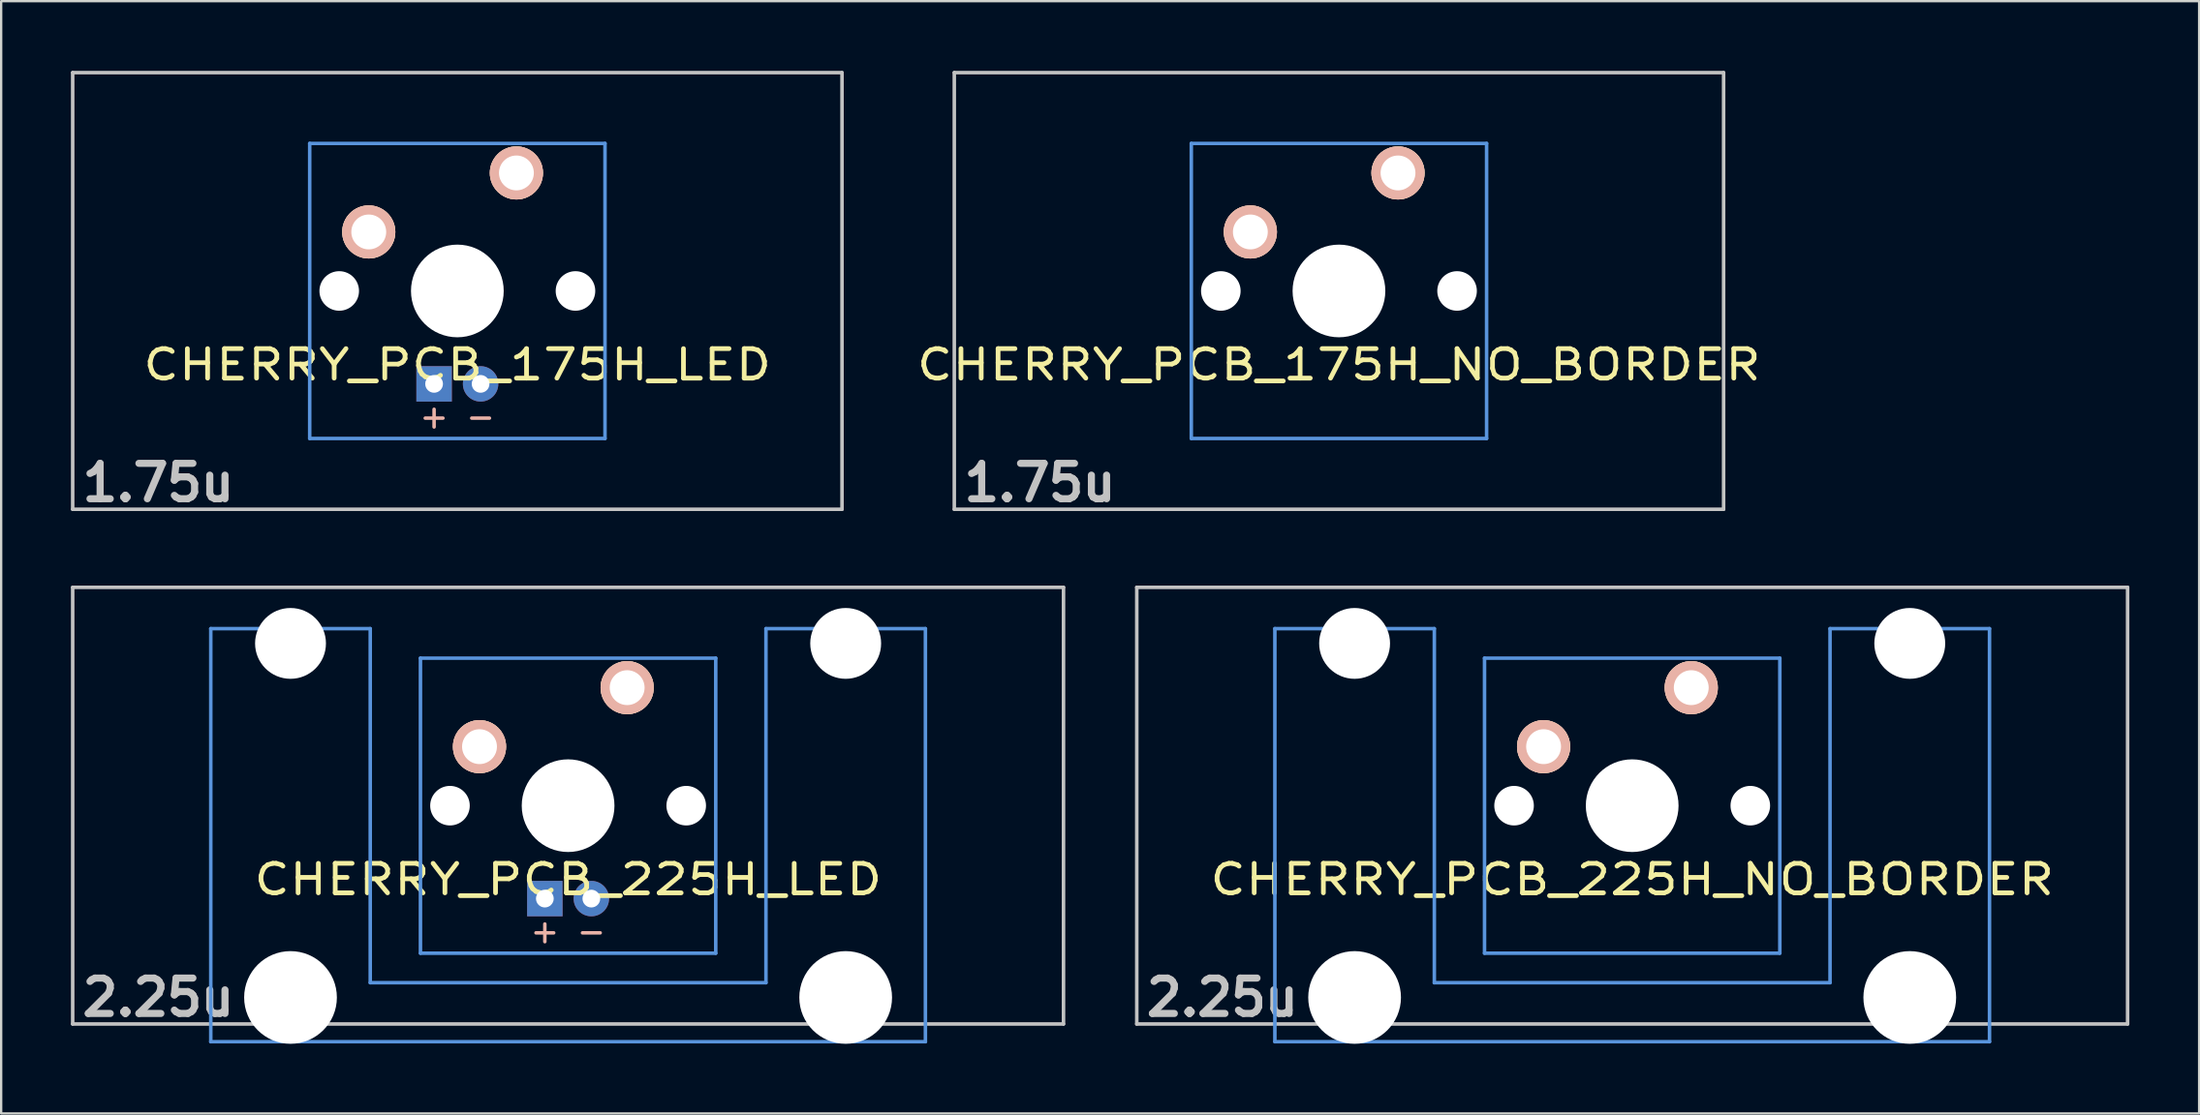
<source format=kicad_pcb>
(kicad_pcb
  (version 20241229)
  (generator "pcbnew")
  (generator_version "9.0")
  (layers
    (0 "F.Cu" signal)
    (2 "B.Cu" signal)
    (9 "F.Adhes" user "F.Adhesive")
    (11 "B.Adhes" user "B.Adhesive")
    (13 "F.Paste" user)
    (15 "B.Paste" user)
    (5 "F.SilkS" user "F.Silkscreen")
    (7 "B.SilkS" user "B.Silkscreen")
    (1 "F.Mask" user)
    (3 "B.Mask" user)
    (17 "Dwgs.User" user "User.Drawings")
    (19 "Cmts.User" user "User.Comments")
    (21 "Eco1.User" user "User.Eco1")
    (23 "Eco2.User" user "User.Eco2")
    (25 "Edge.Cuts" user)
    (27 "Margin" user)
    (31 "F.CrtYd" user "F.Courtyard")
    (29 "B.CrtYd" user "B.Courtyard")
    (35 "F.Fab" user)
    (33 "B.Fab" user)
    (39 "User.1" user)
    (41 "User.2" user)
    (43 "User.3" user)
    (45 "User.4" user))
  (footprint "CHERRY_PCB_175H_NO_BORDER"
    (layer "F.Cu")
    (at 54.534 9.474)
    (property "Reference" "CHERRY_PCB_175H_NO_BORDER" (at 0 3.175 0) (layer "F.SilkS") (effects (font (size 1.27 1.524) (thickness 0.203))))
    (attr through_hole)
    (fp_line (start -16.543 -9.398) (end 16.543 -9.398) (stroke (width 0.152) (type solid)) (layer "Dwgs.User"))
    (fp_line (start -16.543 9.398) (end -16.543 -9.398) (stroke (width 0.152) (type solid)) (layer "Dwgs.User"))
    (fp_line (start 16.543 -9.398) (end 16.543 9.398) (stroke (width 0.152) (type solid)) (layer "Dwgs.User"))
    (fp_line (start 16.543 9.398) (end -16.543 9.398) (stroke (width 0.152) (type solid)) (layer "Dwgs.User"))
    (fp_line (start -6.35 -6.35) (end 6.35 -6.35) (stroke (width 0.152) (type solid)) (layer "Cmts.User"))
    (fp_line (start -6.35 6.35) (end -6.35 -6.35) (stroke (width 0.152) (type solid)) (layer "Cmts.User"))
    (fp_line (start 6.35 -6.35) (end 6.35 6.35) (stroke (width 0.152) (type solid)) (layer "Cmts.User"))
    (fp_line (start 6.35 6.35) (end -6.35 6.35) (stroke (width 0.152) (type solid)) (layer "Cmts.User"))
    (fp_line (start -6.985 -6.985) (end 6.985 -6.985) (stroke (width 0.152) (type solid)) (layer "Eco2.User"))
    (fp_line (start -6.985 6.985) (end -6.985 -6.985) (stroke (width 0.152) (type solid)) (layer "Eco2.User"))
    (fp_line (start 6.985 -6.985) (end 6.985 6.985) (stroke (width 0.152) (type solid)) (layer "Eco2.User"))
    (fp_line (start 6.985 6.985) (end -6.985 6.985) (stroke (width 0.152) (type solid)) (layer "Eco2.User"))
    (fp_text user "1.75u" (at -12.86 8.255 0) (layer "Dwgs.User") (effects (font (size 1.524 1.524) (thickness 0.305))))
    (pad "" np_thru_hole circle (at -5.08 0) (size 1.702 1.702) (drill 1.702) (layers "*.Cu"))
    (pad "" np_thru_hole circle (at 0 0) (size 3.988 3.988) (drill 3.988) (layers "*.Cu"))
    (pad "" np_thru_hole circle (at 5.08 0) (size 1.702 1.702) (drill 1.702) (layers "*.Cu"))
    (pad "1" thru_hole circle (at 2.54 -5.08) (size 2.286 2.286) (drill 1.499) (layers "*.Cu" "*.SilkS" "*.Mask"))
    (pad "2" thru_hole circle (at -3.81 -2.54) (size 2.286 2.286) (drill 1.499) (layers "*.Cu" "*.SilkS" "*.Mask")))
  (footprint "CHERRY_PCB_225H_NO_BORDER"
    (layer "F.Cu")
    (at 67.145 31.63)
    (property "Reference" "CHERRY_PCB_225H_NO_BORDER" (at 0 3.175 0) (layer "F.SilkS") (effects (font (size 1.27 1.524) (thickness 0.203))))
    (attr through_hole)
    (fp_line (start -21.306 -9.398) (end 21.306 -9.398) (stroke (width 0.152) (type solid)) (layer "Dwgs.User"))
    (fp_line (start -21.306 9.398) (end -21.306 -9.398) (stroke (width 0.152) (type solid)) (layer "Dwgs.User"))
    (fp_line (start 21.306 -9.398) (end 21.306 9.398) (stroke (width 0.152) (type solid)) (layer "Dwgs.User"))
    (fp_line (start 21.306 9.398) (end -21.306 9.398) (stroke (width 0.152) (type solid)) (layer "Dwgs.User"))
    (fp_line (start -15.367 -7.62) (end -15.367 10.16) (stroke (width 0.152) (type solid)) (layer "Cmts.User"))
    (fp_line (start -15.367 10.16) (end 15.367 10.16) (stroke (width 0.152) (type solid)) (layer "Cmts.User"))
    (fp_line (start -8.509 -7.62) (end -15.367 -7.62) (stroke (width 0.152) (type solid)) (layer "Cmts.User"))
    (fp_line (start -8.509 7.62) (end -8.509 -7.62) (stroke (width 0.152) (type solid)) (layer "Cmts.User"))
    (fp_line (start -6.35 -6.35) (end 6.35 -6.35) (stroke (width 0.152) (type solid)) (layer "Cmts.User"))
    (fp_line (start -6.35 6.35) (end -6.35 -6.35) (stroke (width 0.152) (type solid)) (layer "Cmts.User"))
    (fp_line (start 6.35 -6.35) (end 6.35 6.35) (stroke (width 0.152) (type solid)) (layer "Cmts.User"))
    (fp_line (start 6.35 6.35) (end -6.35 6.35) (stroke (width 0.152) (type solid)) (layer "Cmts.User"))
    (fp_line (start 8.509 -7.62) (end 8.509 7.62) (stroke (width 0.152) (type solid)) (layer "Cmts.User"))
    (fp_line (start 8.509 7.62) (end -8.509 7.62) (stroke (width 0.152) (type solid)) (layer "Cmts.User"))
    (fp_line (start 15.367 -7.62) (end 8.509 -7.62) (stroke (width 0.152) (type solid)) (layer "Cmts.User"))
    (fp_line (start 15.367 10.16) (end 15.367 -7.62) (stroke (width 0.152) (type solid)) (layer "Cmts.User"))
    (fp_line (start -16.129 -2.286) (end -15.265 -2.286) (stroke (width 0.152) (type solid)) (layer "Eco2.User"))
    (fp_line (start -16.129 0.508) (end -16.129 -2.286) (stroke (width 0.152) (type solid)) (layer "Eco2.User"))
    (fp_line (start -15.265 -5.69) (end -8.611 -5.69) (stroke (width 0.152) (type solid)) (layer "Eco2.User"))
    (fp_line (start -15.265 -2.286) (end -15.265 -5.69) (stroke (width 0.152) (type solid)) (layer "Eco2.User"))
    (fp_line (start -15.265 0.508) (end -16.129 0.508) (stroke (width 0.152) (type solid)) (layer "Eco2.User"))
    (fp_line (start -15.265 6.604) (end -15.265 0.508) (stroke (width 0.152) (type solid)) (layer "Eco2.User"))
    (fp_line (start -14.224 6.604) (end -15.265 6.604) (stroke (width 0.152) (type solid)) (layer "Eco2.User"))
    (fp_line (start -14.224 7.772) (end -14.224 6.604) (stroke (width 0.152) (type solid)) (layer "Eco2.User"))
    (fp_line (start -9.652 6.604) (end -9.652 7.772) (stroke (width 0.152) (type solid)) (layer "Eco2.User"))
    (fp_line (start -9.652 7.772) (end -14.224 7.772) (stroke (width 0.152) (type solid)) (layer "Eco2.User"))
    (fp_line (start -8.611 -5.69) (end -8.611 -4.877) (stroke (width 0.152) (type solid)) (layer "Eco2.User"))
    (fp_line (start -8.611 -4.877) (end -6.985 -4.877) (stroke (width 0.152) (type solid)) (layer "Eco2.User"))
    (fp_line (start -8.611 5.817) (end -8.611 6.604) (stroke (width 0.152) (type solid)) (layer "Eco2.User"))
    (fp_line (start -8.611 6.604) (end -9.652 6.604) (stroke (width 0.152) (type solid)) (layer "Eco2.User"))
    (fp_line (start -6.985 -6.985) (end 6.985 -6.985) (stroke (width 0.152) (type solid)) (layer "Eco2.User"))
    (fp_line (start -6.985 -4.877) (end -6.985 -6.985) (stroke (width 0.152) (type solid)) (layer "Eco2.User"))
    (fp_line (start -6.985 5.817) (end -8.611 5.817) (stroke (width 0.152) (type solid)) (layer "Eco2.User"))
    (fp_line (start -6.985 6.985) (end -6.985 5.817) (stroke (width 0.152) (type solid)) (layer "Eco2.User"))
    (fp_line (start 6.985 -6.985) (end 6.985 -4.877) (stroke (width 0.152) (type solid)) (layer "Eco2.User"))
    (fp_line (start 6.985 -4.877) (end 8.611 -4.877) (stroke (width 0.152) (type solid)) (layer "Eco2.User"))
    (fp_line (start 6.985 5.817) (end 6.985 6.985) (stroke (width 0.152) (type solid)) (layer "Eco2.User"))
    (fp_line (start 6.985 6.985) (end -6.985 6.985) (stroke (width 0.152) (type solid)) (layer "Eco2.User"))
    (fp_line (start 8.611 -5.69) (end 15.265 -5.69) (stroke (width 0.152) (type solid)) (layer "Eco2.User"))
    (fp_line (start 8.611 -4.877) (end 8.611 -5.69) (stroke (width 0.152) (type solid)) (layer "Eco2.User"))
    (fp_line (start 8.611 5.817) (end 6.985 5.817) (stroke (width 0.152) (type solid)) (layer "Eco2.User"))
    (fp_line (start 8.611 6.604) (end 8.611 5.817) (stroke (width 0.152) (type solid)) (layer "Eco2.User"))
    (fp_line (start 9.652 6.604) (end 8.611 6.604) (stroke (width 0.152) (type solid)) (layer "Eco2.User"))
    (fp_line (start 9.652 7.772) (end 9.652 6.604) (stroke (width 0.152) (type solid)) (layer "Eco2.User"))
    (fp_line (start 14.224 6.604) (end 14.224 7.772) (stroke (width 0.152) (type solid)) (layer "Eco2.User"))
    (fp_line (start 14.224 7.772) (end 9.652 7.772) (stroke (width 0.152) (type solid)) (layer "Eco2.User"))
    (fp_line (start 15.265 -5.69) (end 15.265 -2.286) (stroke (width 0.152) (type solid)) (layer "Eco2.User"))
    (fp_line (start 15.265 -2.286) (end 16.129 -2.286) (stroke (width 0.152) (type solid)) (layer "Eco2.User"))
    (fp_line (start 15.265 0.508) (end 15.265 6.604) (stroke (width 0.152) (type solid)) (layer "Eco2.User"))
    (fp_line (start 15.265 6.604) (end 14.224 6.604) (stroke (width 0.152) (type solid)) (layer "Eco2.User"))
    (fp_line (start 16.129 -2.286) (end 16.129 0.508) (stroke (width 0.152) (type solid)) (layer "Eco2.User"))
    (fp_line (start 16.129 0.508) (end 15.265 0.508) (stroke (width 0.152) (type solid)) (layer "Eco2.User"))
    (fp_text user "2.25u" (at -17.623 8.255 0) (layer "Dwgs.User") (effects (font (size 1.524 1.524) (thickness 0.305))))
    (pad "" np_thru_hole circle (at -11.938 -6.985) (size 3.048 3.048) (drill 3.048) (layers "*.Cu"))
    (pad "" np_thru_hole circle (at -11.938 8.255) (size 3.988 3.988) (drill 3.988) (layers "*.Cu"))
    (pad "" np_thru_hole circle (at -5.08 0) (size 1.702 1.702) (drill 1.702) (layers "*.Cu"))
    (pad "" np_thru_hole circle (at 0 0) (size 3.988 3.988) (drill 3.988) (layers "*.Cu"))
    (pad "" np_thru_hole circle (at 5.08 0) (size 1.702 1.702) (drill 1.702) (layers "*.Cu"))
    (pad "" np_thru_hole circle (at 11.938 -6.985) (size 3.048 3.048) (drill 3.048) (layers "*.Cu"))
    (pad "" np_thru_hole circle (at 11.938 8.255) (size 3.988 3.988) (drill 3.988) (layers "*.Cu"))
    (pad "1" thru_hole circle (at 2.54 -5.08) (size 2.286 2.286) (drill 1.499) (layers "*.Cu" "*.SilkS" "*.Mask"))
    (pad "2" thru_hole circle (at -3.81 -2.54) (size 2.286 2.286) (drill 1.499) (layers "*.Cu" "*.SilkS" "*.Mask")))
  (footprint "CHERRY_PCB_175H_LED"
    (layer "F.Cu")
    (at 16.619 9.474)
    (property "Reference" "CHERRY_PCB_175H_LED" (at 0 3.175 0) (layer "F.SilkS") (effects (font (size 1.27 1.524) (thickness 0.203))))
    (attr through_hole)
    (fp_line (start -16.543 -9.398) (end 16.543 -9.398) (stroke (width 0.152) (type solid)) (layer "Dwgs.User"))
    (fp_line (start -16.543 9.398) (end -16.543 -9.398) (stroke (width 0.152) (type solid)) (layer "Dwgs.User"))
    (fp_line (start 16.543 -9.398) (end 16.543 9.398) (stroke (width 0.152) (type solid)) (layer "Dwgs.User"))
    (fp_line (start 16.543 9.398) (end -16.543 9.398) (stroke (width 0.152) (type solid)) (layer "Dwgs.User"))
    (fp_line (start -6.35 -6.35) (end 6.35 -6.35) (stroke (width 0.152) (type solid)) (layer "Cmts.User"))
    (fp_line (start -6.35 6.35) (end -6.35 -6.35) (stroke (width 0.152) (type solid)) (layer "Cmts.User"))
    (fp_line (start 6.35 -6.35) (end 6.35 6.35) (stroke (width 0.152) (type solid)) (layer "Cmts.User"))
    (fp_line (start 6.35 6.35) (end -6.35 6.35) (stroke (width 0.152) (type solid)) (layer "Cmts.User"))
    (fp_line (start -6.985 -6.985) (end 6.985 -6.985) (stroke (width 0.152) (type solid)) (layer "Eco2.User"))
    (fp_line (start -6.985 6.985) (end -6.985 -6.985) (stroke (width 0.152) (type solid)) (layer "Eco2.User"))
    (fp_line (start 6.985 -6.985) (end 6.985 6.985) (stroke (width 0.152) (type solid)) (layer "Eco2.User"))
    (fp_line (start 6.985 6.985) (end -6.985 6.985) (stroke (width 0.152) (type solid)) (layer "Eco2.User"))
    (fp_text user "-" (at 1 5.4 0) (layer "B.SilkS") (effects (font (size 1 1) (thickness 0.15)) (justify mirror)))
    (fp_text user "+" (at -1 5.4 0) (layer "B.SilkS") (effects (font (size 1 1) (thickness 0.15)) (justify mirror)))
    (fp_text user "1.75u" (at -12.86 8.255 0) (layer "Dwgs.User") (effects (font (size 1.524 1.524) (thickness 0.305))))
    (pad "" np_thru_hole circle (at -5.08 0) (size 1.702 1.702) (drill 1.702) (layers "*.Cu" "*.Mask"))
    (pad "" np_thru_hole circle (at 0 0) (size 3.988 3.988) (drill 3.988) (layers "*.Cu" "*.Mask"))
    (pad "" np_thru_hole circle (at 5.08 0) (size 1.702 1.702) (drill 1.702) (layers "*.Cu" "*.Mask"))
    (pad "1" thru_hole circle (at 2.54 -5.08) (size 2.286 2.286) (drill 1.499) (layers "*.Cu" "*.SilkS" "*.Mask"))
    (pad "2" thru_hole circle (at -3.81 -2.54) (size 2.286 2.286) (drill 1.499) (layers "*.Cu" "*.SilkS" "*.Mask"))
    (pad "3" thru_hole rect (at -1 4) (size 1.524 1.524) (drill 0.762) (layers "*.Cu" "*.Mask"))
    (pad "4" thru_hole circle (at 1 4) (size 1.524 1.524) (drill 0.762) (layers "*.Cu" "*.Mask")))
  (footprint "CHERRY_PCB_225H_LED"
    (layer "F.Cu")
    (at 21.382 31.63)
    (property "Reference" "CHERRY_PCB_225H_LED" (at 0 3.175 0) (layer "F.SilkS") (effects (font (size 1.27 1.524) (thickness 0.203))))
    (attr through_hole)
    (fp_line (start -21.306 -9.398) (end 21.306 -9.398) (stroke (width 0.152) (type solid)) (layer "Dwgs.User"))
    (fp_line (start -21.306 9.398) (end -21.306 -9.398) (stroke (width 0.152) (type solid)) (layer "Dwgs.User"))
    (fp_line (start 21.306 -9.398) (end 21.306 9.398) (stroke (width 0.152) (type solid)) (layer "Dwgs.User"))
    (fp_line (start 21.306 9.398) (end -21.306 9.398) (stroke (width 0.152) (type solid)) (layer "Dwgs.User"))
    (fp_line (start -15.367 -7.62) (end -15.367 10.16) (stroke (width 0.152) (type solid)) (layer "Cmts.User"))
    (fp_line (start -15.367 10.16) (end 15.367 10.16) (stroke (width 0.152) (type solid)) (layer "Cmts.User"))
    (fp_line (start -8.509 -7.62) (end -15.367 -7.62) (stroke (width 0.152) (type solid)) (layer "Cmts.User"))
    (fp_line (start -8.509 7.62) (end -8.509 -7.62) (stroke (width 0.152) (type solid)) (layer "Cmts.User"))
    (fp_line (start -6.35 -6.35) (end 6.35 -6.35) (stroke (width 0.152) (type solid)) (layer "Cmts.User"))
    (fp_line (start -6.35 6.35) (end -6.35 -6.35) (stroke (width 0.152) (type solid)) (layer "Cmts.User"))
    (fp_line (start 6.35 -6.35) (end 6.35 6.35) (stroke (width 0.152) (type solid)) (layer "Cmts.User"))
    (fp_line (start 6.35 6.35) (end -6.35 6.35) (stroke (width 0.152) (type solid)) (layer "Cmts.User"))
    (fp_line (start 8.509 -7.62) (end 8.509 7.62) (stroke (width 0.152) (type solid)) (layer "Cmts.User"))
    (fp_line (start 8.509 7.62) (end -8.509 7.62) (stroke (width 0.152) (type solid)) (layer "Cmts.User"))
    (fp_line (start 15.367 -7.62) (end 8.509 -7.62) (stroke (width 0.152) (type solid)) (layer "Cmts.User"))
    (fp_line (start 15.367 10.16) (end 15.367 -7.62) (stroke (width 0.152) (type solid)) (layer "Cmts.User"))
    (fp_line (start -16.129 -2.286) (end -15.265 -2.286) (stroke (width 0.152) (type solid)) (layer "Eco2.User"))
    (fp_line (start -16.129 0.508) (end -16.129 -2.286) (stroke (width 0.152) (type solid)) (layer "Eco2.User"))
    (fp_line (start -15.265 -5.69) (end -8.611 -5.69) (stroke (width 0.152) (type solid)) (layer "Eco2.User"))
    (fp_line (start -15.265 -2.286) (end -15.265 -5.69) (stroke (width 0.152) (type solid)) (layer "Eco2.User"))
    (fp_line (start -15.265 0.508) (end -16.129 0.508) (stroke (width 0.152) (type solid)) (layer "Eco2.User"))
    (fp_line (start -15.265 6.604) (end -15.265 0.508) (stroke (width 0.152) (type solid)) (layer "Eco2.User"))
    (fp_line (start -14.224 6.604) (end -15.265 6.604) (stroke (width 0.152) (type solid)) (layer "Eco2.User"))
    (fp_line (start -14.224 7.772) (end -14.224 6.604) (stroke (width 0.152) (type solid)) (layer "Eco2.User"))
    (fp_line (start -9.652 6.604) (end -9.652 7.772) (stroke (width 0.152) (type solid)) (layer "Eco2.User"))
    (fp_line (start -9.652 7.772) (end -14.224 7.772) (stroke (width 0.152) (type solid)) (layer "Eco2.User"))
    (fp_line (start -8.611 -5.69) (end -8.611 -4.877) (stroke (width 0.152) (type solid)) (layer "Eco2.User"))
    (fp_line (start -8.611 -4.877) (end -6.985 -4.877) (stroke (width 0.152) (type solid)) (layer "Eco2.User"))
    (fp_line (start -8.611 5.817) (end -8.611 6.604) (stroke (width 0.152) (type solid)) (layer "Eco2.User"))
    (fp_line (start -8.611 6.604) (end -9.652 6.604) (stroke (width 0.152) (type solid)) (layer "Eco2.User"))
    (fp_line (start -6.985 -6.985) (end 6.985 -6.985) (stroke (width 0.152) (type solid)) (layer "Eco2.User"))
    (fp_line (start -6.985 -4.877) (end -6.985 -6.985) (stroke (width 0.152) (type solid)) (layer "Eco2.User"))
    (fp_line (start -6.985 5.817) (end -8.611 5.817) (stroke (width 0.152) (type solid)) (layer "Eco2.User"))
    (fp_line (start -6.985 6.985) (end -6.985 5.817) (stroke (width 0.152) (type solid)) (layer "Eco2.User"))
    (fp_line (start 6.985 -6.985) (end 6.985 -4.877) (stroke (width 0.152) (type solid)) (layer "Eco2.User"))
    (fp_line (start 6.985 -4.877) (end 8.611 -4.877) (stroke (width 0.152) (type solid)) (layer "Eco2.User"))
    (fp_line (start 6.985 5.817) (end 6.985 6.985) (stroke (width 0.152) (type solid)) (layer "Eco2.User"))
    (fp_line (start 6.985 6.985) (end -6.985 6.985) (stroke (width 0.152) (type solid)) (layer "Eco2.User"))
    (fp_line (start 8.611 -5.69) (end 15.265 -5.69) (stroke (width 0.152) (type solid)) (layer "Eco2.User"))
    (fp_line (start 8.611 -4.877) (end 8.611 -5.69) (stroke (width 0.152) (type solid)) (layer "Eco2.User"))
    (fp_line (start 8.611 5.817) (end 6.985 5.817) (stroke (width 0.152) (type solid)) (layer "Eco2.User"))
    (fp_line (start 8.611 6.604) (end 8.611 5.817) (stroke (width 0.152) (type solid)) (layer "Eco2.User"))
    (fp_line (start 9.652 6.604) (end 8.611 6.604) (stroke (width 0.152) (type solid)) (layer "Eco2.User"))
    (fp_line (start 9.652 7.772) (end 9.652 6.604) (stroke (width 0.152) (type solid)) (layer "Eco2.User"))
    (fp_line (start 14.224 6.604) (end 14.224 7.772) (stroke (width 0.152) (type solid)) (layer "Eco2.User"))
    (fp_line (start 14.224 7.772) (end 9.652 7.772) (stroke (width 0.152) (type solid)) (layer "Eco2.User"))
    (fp_line (start 15.265 -5.69) (end 15.265 -2.286) (stroke (width 0.152) (type solid)) (layer "Eco2.User"))
    (fp_line (start 15.265 -2.286) (end 16.129 -2.286) (stroke (width 0.152) (type solid)) (layer "Eco2.User"))
    (fp_line (start 15.265 0.508) (end 15.265 6.604) (stroke (width 0.152) (type solid)) (layer "Eco2.User"))
    (fp_line (start 15.265 6.604) (end 14.224 6.604) (stroke (width 0.152) (type solid)) (layer "Eco2.User"))
    (fp_line (start 16.129 -2.286) (end 16.129 0.508) (stroke (width 0.152) (type solid)) (layer "Eco2.User"))
    (fp_line (start 16.129 0.508) (end 15.265 0.508) (stroke (width 0.152) (type solid)) (layer "Eco2.User"))
    (fp_text user "-" (at 1 5.4 0) (layer "B.SilkS") (effects (font (size 1 1) (thickness 0.15)) (justify mirror)))
    (fp_text user "+" (at -1 5.4 0) (layer "B.SilkS") (effects (font (size 1 1) (thickness 0.15)) (justify mirror)))
    (fp_text user "2.25u" (at -17.623 8.255 0) (layer "Dwgs.User") (effects (font (size 1.524 1.524) (thickness 0.305))))
    (pad "" np_thru_hole circle (at -11.938 -6.985) (size 3.048 3.048) (drill 3.048) (layers "*.Cu" "*.Mask"))
    (pad "" np_thru_hole circle (at -11.938 8.255) (size 3.988 3.988) (drill 3.988) (layers "*.Cu" "*.Mask"))
    (pad "" np_thru_hole circle (at -5.08 0) (size 1.702 1.702) (drill 1.702) (layers "*.Cu" "*.Mask"))
    (pad "" np_thru_hole circle (at 0 0) (size 3.988 3.988) (drill 3.988) (layers "*.Cu" "*.Mask"))
    (pad "" np_thru_hole circle (at 5.08 0) (size 1.702 1.702) (drill 1.702) (layers "*.Cu" "*.Mask"))
    (pad "" np_thru_hole circle (at 11.938 -6.985) (size 3.048 3.048) (drill 3.048) (layers "*.Cu" "*.Mask"))
    (pad "" np_thru_hole circle (at 11.938 8.255) (size 3.988 3.988) (drill 3.988) (layers "*.Cu" "*.Mask"))
    (pad "1" thru_hole circle (at 2.54 -5.08) (size 2.286 2.286) (drill 1.499) (layers "*.Cu" "*.SilkS" "*.Mask"))
    (pad "2" thru_hole circle (at -3.81 -2.54) (size 2.286 2.286) (drill 1.499) (layers "*.Cu" "*.SilkS" "*.Mask"))
    (pad "3" thru_hole rect (at -1 4) (size 1.524 1.524) (drill 0.762) (layers "*.Cu" "*.Mask"))
    (pad "4" thru_hole circle (at 1 4) (size 1.524 1.524) (drill 0.762) (layers "*.Cu" "*.Mask")))
  (gr_rect
    (start -3 -3)
    (end 91.527 44.879)
    (stroke (width 0.1) (type default))
    (fill no)
    (layer "Edge.Cuts")))
</source>
